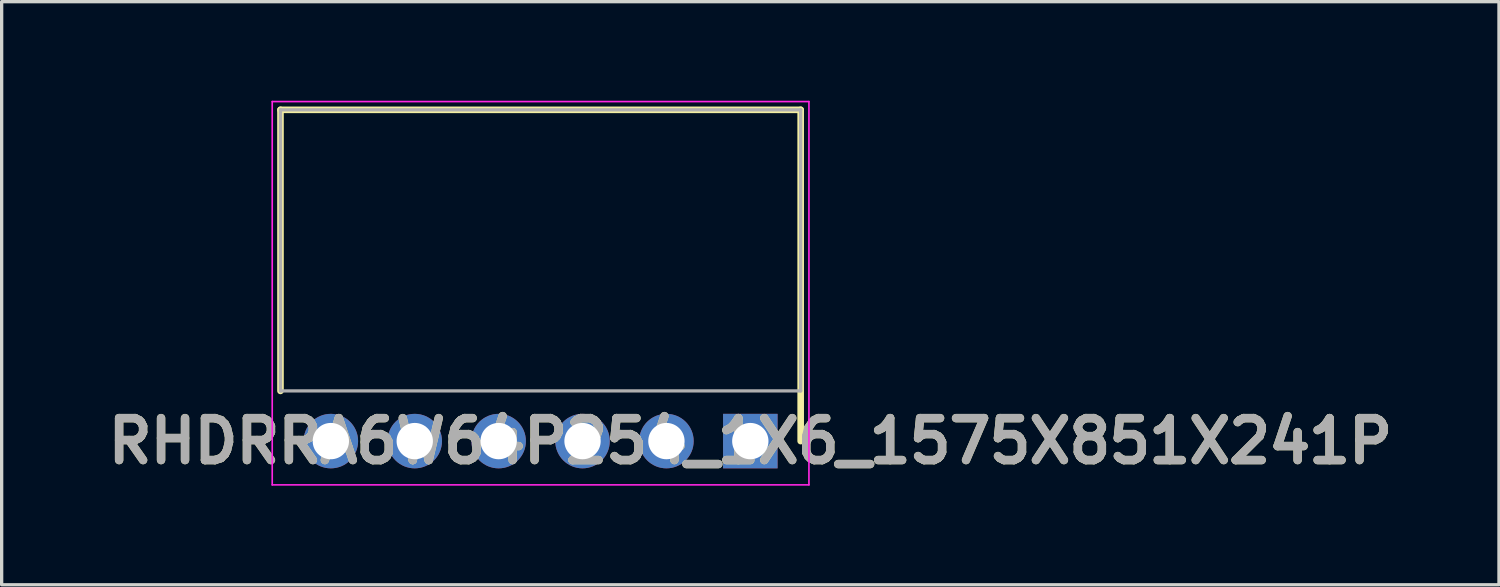
<source format=kicad_pcb>
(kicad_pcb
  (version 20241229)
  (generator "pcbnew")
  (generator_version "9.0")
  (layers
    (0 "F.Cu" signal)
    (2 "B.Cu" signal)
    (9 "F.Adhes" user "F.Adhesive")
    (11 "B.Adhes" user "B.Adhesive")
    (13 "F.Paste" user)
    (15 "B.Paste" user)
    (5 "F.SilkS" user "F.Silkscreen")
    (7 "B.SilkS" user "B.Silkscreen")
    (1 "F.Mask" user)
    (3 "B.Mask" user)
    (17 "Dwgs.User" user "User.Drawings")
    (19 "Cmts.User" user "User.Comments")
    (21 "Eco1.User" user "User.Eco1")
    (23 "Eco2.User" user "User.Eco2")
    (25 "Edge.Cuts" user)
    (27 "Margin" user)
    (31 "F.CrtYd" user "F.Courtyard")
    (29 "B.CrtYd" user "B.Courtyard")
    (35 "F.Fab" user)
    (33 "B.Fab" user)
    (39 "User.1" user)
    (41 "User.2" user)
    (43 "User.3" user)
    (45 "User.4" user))
  (footprint "RHDRRA6W64P254_1X6_1575X851X241P"
    (layer "F.Cu")
    (at 19.667 10.305)
    (property "Reference" "RHDRRA6W64P254_1X6_1575X851X241P" (at 0 0 0) (layer "F.SilkS") (effects (font (size 1.27 1.27) (thickness 0.254))))
    (attr through_hole)
    (fp_line (start -14.225 -10.03) (end -14.225 -1.52) (stroke (width 0.2) (type solid)) (layer "F.SilkS"))
    (fp_line (start 1.525 -10.03) (end -14.225 -10.03) (stroke (width 0.2) (type solid)) (layer "F.SilkS"))
    (fp_line (start 1.525 0) (end 1.525 -10.03) (stroke (width 0.2) (type solid)) (layer "F.SilkS"))
    (fp_line (start -14.475 -10.28) (end 1.775 -10.28) (stroke (width 0.05) (type solid)) (layer "F.CrtYd"))
    (fp_line (start -14.475 1.325) (end -14.475 -10.28) (stroke (width 0.05) (type solid)) (layer "F.CrtYd"))
    (fp_line (start 1.775 -10.28) (end 1.775 1.325) (stroke (width 0.05) (type solid)) (layer "F.CrtYd"))
    (fp_line (start 1.775 1.325) (end -14.475 1.325) (stroke (width 0.05) (type solid)) (layer "F.CrtYd"))
    (fp_line (start -14.225 -10.03) (end 1.525 -10.03) (stroke (width 0.1) (type solid)) (layer "F.Fab"))
    (fp_line (start -14.225 -1.52) (end -14.225 -10.03) (stroke (width 0.1) (type solid)) (layer "F.Fab"))
    (fp_line (start 1.525 -10.03) (end 1.525 -1.52) (stroke (width 0.1) (type solid)) (layer "F.Fab"))
    (fp_line (start 1.525 -1.52) (end -14.225 -1.52) (stroke (width 0.1) (type solid)) (layer "F.Fab"))
    (fp_text user "${REFERENCE}" (at 0 0 0) (layer "F.Fab") (effects (font (size 1.27 1.27) (thickness 0.254))))
    (pad "1" thru_hole rect (at 0 0) (size 1.65 1.65) (drill 1.1) (layers "*.Cu" "*.Mask"))
    (pad "2" thru_hole circle (at -2.54 0) (size 1.65 1.65) (drill 1.1) (layers "*.Cu" "*.Mask"))
    (pad "3" thru_hole circle (at -5.08 0) (size 1.65 1.65) (drill 1.1) (layers "*.Cu" "*.Mask"))
    (pad "4" thru_hole circle (at -7.62 0) (size 1.65 1.65) (drill 1.1) (layers "*.Cu" "*.Mask"))
    (pad "5" thru_hole circle (at -10.16 0) (size 1.65 1.65) (drill 1.1) (layers "*.Cu" "*.Mask"))
    (pad "6" thru_hole circle (at -12.7 0) (size 1.65 1.65) (drill 1.1) (layers "*.Cu" "*.Mask")))
  (gr_rect
    (start -3 -3)
    (end 42.334 14.655)
    (stroke (width 0.1) (type default))
    (fill no)
    (layer "Edge.Cuts")))
</source>
